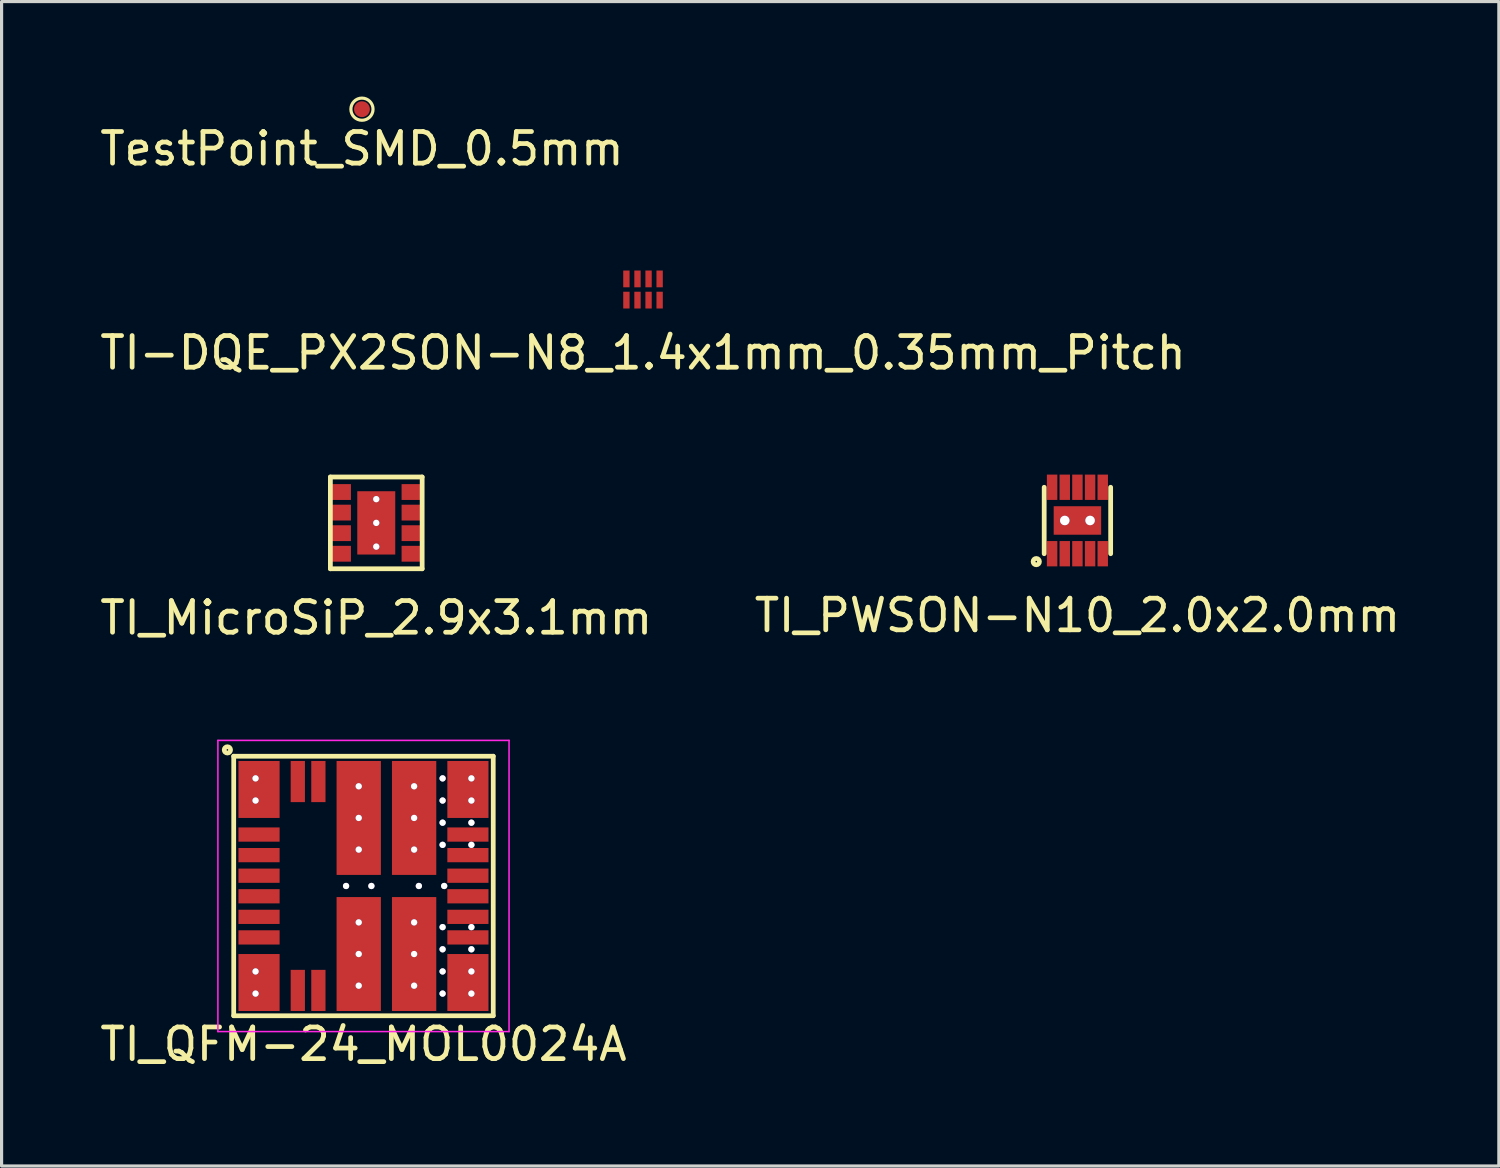
<source format=kicad_pcb>
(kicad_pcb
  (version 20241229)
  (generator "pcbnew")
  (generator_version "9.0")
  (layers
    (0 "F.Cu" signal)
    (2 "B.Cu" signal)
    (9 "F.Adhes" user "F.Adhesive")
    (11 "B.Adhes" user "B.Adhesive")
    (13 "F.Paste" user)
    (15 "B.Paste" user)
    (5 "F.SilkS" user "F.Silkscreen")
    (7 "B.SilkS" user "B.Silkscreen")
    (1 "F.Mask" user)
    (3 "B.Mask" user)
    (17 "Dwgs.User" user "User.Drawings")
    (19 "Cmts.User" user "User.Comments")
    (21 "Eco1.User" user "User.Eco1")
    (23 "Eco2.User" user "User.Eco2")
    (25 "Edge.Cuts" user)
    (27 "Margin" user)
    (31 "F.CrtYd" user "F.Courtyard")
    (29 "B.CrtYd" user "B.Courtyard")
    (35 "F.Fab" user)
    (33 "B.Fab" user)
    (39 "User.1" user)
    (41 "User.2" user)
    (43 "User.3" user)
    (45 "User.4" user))
  (footprint "TI_MicroSiP_2.9x3.1mm"
    (layer "F.Cu")
    (at 8.839 13.472)
    (property "Reference" "TI_MicroSiP_2.9x3.1mm" (at 0 3 0) (layer "F.SilkS") (effects (font (size 1 1) (thickness 0.15))))
    (attr through_hole)
    (fp_line (start -1.45 -1.45) (end -1.45 1.45) (stroke (width 0.15) (type solid)) (layer "F.SilkS"))
    (fp_line (start -1.45 1.45) (end 1.45 1.45) (stroke (width 0.15) (type solid)) (layer "F.SilkS"))
    (fp_line (start 1.45 -1.45) (end -1.45 -1.45) (stroke (width 0.15) (type solid)) (layer "F.SilkS"))
    (fp_line (start 1.45 1.45) (end 1.45 -1.45) (stroke (width 0.15) (type solid)) (layer "F.SilkS"))
    (pad "1" smd rect (at -1.1 -0.975) (size 0.6 0.5) (layers "F.Cu" "F.Mask" "F.Paste"))
    (pad "2" smd rect (at -1.1 -0.325) (size 0.6 0.5) (layers "F.Cu" "F.Mask" "F.Paste"))
    (pad "3" smd rect (at -1.1 0.325) (size 0.6 0.5) (layers "F.Cu" "F.Mask" "F.Paste"))
    (pad "4" smd rect (at -1.1 0.975) (size 0.6 0.5) (layers "F.Cu" "F.Mask" "F.Paste"))
    (pad "5" smd rect (at 1.1 0.975) (size 0.6 0.5) (layers "F.Cu" "F.Mask" "F.Paste"))
    (pad "6" smd rect (at 1.1 0.325) (size 0.6 0.5) (layers "F.Cu" "F.Mask" "F.Paste"))
    (pad "7" smd rect (at 1.1 -0.325) (size 0.6 0.5) (layers "F.Cu" "F.Mask" "F.Paste"))
    (pad "8" smd rect (at 1.1 -0.975) (size 0.6 0.5) (layers "F.Cu" "F.Mask" "F.Paste"))
    (pad "PAD" thru_hole circle (at 0 -0.75) (size 0.2 0.2) (drill 0.2) (layers "*.Cu" "*.Mask"))
    (pad "PAD" thru_hole circle (at 0 0) (size 0.2 0.2) (drill 0.2) (layers "*.Cu" "*.Mask"))
    (pad "PAD" smd rect (at 0 0) (size 1.2 2) (layers "F.Cu" "F.Mask" "F.Paste"))
    (pad "PAD" thru_hole circle (at 0 0.75) (size 0.2 0.2) (drill 0.2) (layers "*.Cu" "*.Mask")))
  (footprint "TI-DQE_PX2SON-N8_1.4x1mm_0.35mm_Pitch"
    (layer "F.Cu")
    (at 17.268 6.098)
    (property "Reference" "TI-DQE_PX2SON-N8_1.4x1mm_0.35mm_Pitch" (at 0 2 0) (layer "F.SilkS") (effects (font (size 1 1) (thickness 0.15))))
    (attr through_hole)
    (pad "1" smd rect (at -0.525 0.335) (size 0.2 0.53) (layers "F.Cu" "F.Mask" "F.Paste"))
    (pad "2" smd rect (at -0.175 0.335) (size 0.2 0.53) (layers "F.Cu" "F.Mask" "F.Paste"))
    (pad "3" smd rect (at 0.175 0.335) (size 0.2 0.53) (layers "F.Cu" "F.Mask" "F.Paste"))
    (pad "4" smd rect (at 0.525 0.335) (size 0.2 0.53) (layers "F.Cu" "F.Mask" "F.Paste"))
    (pad "5" smd rect (at 0.525 -0.335) (size 0.2 0.53) (layers "F.Cu" "F.Mask" "F.Paste"))
    (pad "6" smd rect (at 0.175 -0.335) (size 0.2 0.53) (layers "F.Cu" "F.Mask" "F.Paste"))
    (pad "7" smd rect (at -0.175 -0.335) (size 0.2 0.53) (layers "F.Cu" "F.Mask" "F.Paste"))
    (pad "8" smd rect (at -0.525 -0.335) (size 0.2 0.53) (layers "F.Cu" "F.Mask" "F.Paste")))
  (footprint "TI_QFM-24_MOL0024A"
    (layer "F.Cu")
    (at 8.435 24.945)
    (property "Reference" "TI_QFM-24_MOL0024A" (at 0 5 0) (layer "F.SilkS") (effects (font (size 1 1) (thickness 0.15))))
    (attr through_hole)
    (fp_line (start -4.1 -4.1) (end -4.1 4.1) (stroke (width 0.15) (type solid)) (layer "F.SilkS"))
    (fp_line (start -4.1 4.1) (end 4.1 4.1) (stroke (width 0.15) (type solid)) (layer "F.SilkS"))
    (fp_line (start 4.1 -4.1) (end -4.1 -4.1) (stroke (width 0.15) (type solid)) (layer "F.SilkS"))
    (fp_line (start 4.1 4.1) (end 4.1 -4.1) (stroke (width 0.15) (type solid)) (layer "F.SilkS"))
    (fp_circle (center -4.3 -4.3) (end -4.2 -4.3) (stroke (width 0.15) (type solid)) (fill no) (layer "F.SilkS"))
    (fp_line (start -4.6 -4.6) (end -4.6 4.6) (stroke (width 0.05) (type solid)) (layer "F.CrtYd"))
    (fp_line (start -4.6 4.6) (end 4.6 4.6) (stroke (width 0.05) (type solid)) (layer "F.CrtYd"))
    (fp_line (start 4.6 -4.6) (end -4.6 -4.6) (stroke (width 0.05) (type solid)) (layer "F.CrtYd"))
    (fp_line (start 4.6 4.6) (end 4.6 -4.6) (stroke (width 0.05) (type solid)) (layer "F.CrtYd"))
    (pad "1" thru_hole circle (at -3.41 -3.4) (size 0.2 0.2) (drill 0.2) (layers "*.Cu" "*.Mask"))
    (pad "1" thru_hole circle (at -3.41 -2.7) (size 0.2 0.2) (drill 0.2) (layers "*.Cu" "*.Mask"))
    (pad "1" smd rect (at -3.3 -3.05) (size 1.3 1.8) (layers "F.Cu" "F.Mask" "F.Paste"))
    (pad "2" smd rect (at -3.3 -1.625) (size 1.3 0.45) (layers "F.Cu" "F.Mask" "F.Paste"))
    (pad "3" smd rect (at -3.3 -0.975) (size 1.3 0.45) (layers "F.Cu" "F.Mask" "F.Paste"))
    (pad "4" smd rect (at -3.3 -0.325) (size 1.3 0.45) (layers "F.Cu" "F.Mask" "F.Paste"))
    (pad "5" smd rect (at -3.3 0.325) (size 1.3 0.45) (layers "F.Cu" "F.Mask" "F.Paste"))
    (pad "6" smd rect (at -3.3 0.975) (size 1.3 0.45) (layers "F.Cu" "F.Mask" "F.Paste"))
    (pad "7" smd rect (at -3.3 1.625) (size 1.3 0.45) (layers "F.Cu" "F.Mask" "F.Paste"))
    (pad "8" thru_hole circle (at -3.41 2.7) (size 0.2 0.2) (drill 0.2) (layers "*.Cu" "*.Mask"))
    (pad "8" thru_hole circle (at -3.41 3.4) (size 0.2 0.2) (drill 0.2) (layers "*.Cu" "*.Mask"))
    (pad "8" smd rect (at -3.3 3.05) (size 1.3 1.8) (layers "F.Cu" "F.Mask" "F.Paste"))
    (pad "9" smd rect (at -2.075 3.3) (size 0.45 1.3) (layers "F.Cu" "F.Mask" "F.Paste"))
    (pad "10" smd rect (at -1.425 3.3) (size 0.45 1.3) (layers "F.Cu" "F.Mask" "F.Paste"))
    (pad "11" thru_hole circle (at -0.55 0) (size 0.2 0.2) (drill 0.2) (layers "*.Cu" "*.Mask"))
    (pad "11" thru_hole circle (at -0.15 1.15) (size 0.2 0.2) (drill 0.2) (layers "*.Cu" "*.Mask"))
    (pad "11" thru_hole circle (at -0.15 2.15) (size 0.2 0.2) (drill 0.2) (layers "*.Cu" "*.Mask"))
    (pad "11" smd rect (at -0.15 2.15) (size 1.4 3.6) (layers "F.Cu" "F.Mask" "F.Paste"))
    (pad "11" thru_hole circle (at -0.15 3.15) (size 0.2 0.2) (drill 0.2) (layers "*.Cu" "*.Mask"))
    (pad "11" thru_hole circle (at 0.25 0) (size 0.2 0.2) (drill 0.2) (layers "*.Cu" "*.Mask"))
    (pad "12" thru_hole circle (at 1.6 1.15) (size 0.2 0.2) (drill 0.2) (layers "*.Cu" "*.Mask"))
    (pad "12" thru_hole circle (at 1.6 2.15) (size 0.2 0.2) (drill 0.2) (layers "*.Cu" "*.Mask"))
    (pad "12" smd rect (at 1.6 2.15) (size 1.4 3.6) (layers "F.Cu" "F.Mask" "F.Paste"))
    (pad "12" thru_hole circle (at 1.6 3.15) (size 0.2 0.2) (drill 0.2) (layers "*.Cu" "*.Mask"))
    (pad "13" thru_hole circle (at 2.5 1.3) (size 0.2 0.2) (drill 0.2) (layers "*.Cu" "*.Mask"))
    (pad "13" thru_hole circle (at 2.5 2) (size 0.2 0.2) (drill 0.2) (layers "*.Cu" "*.Mask"))
    (pad "13" thru_hole circle (at 2.5 2.7) (size 0.2 0.2) (drill 0.2) (layers "*.Cu" "*.Mask"))
    (pad "13" thru_hole circle (at 2.5 3.4) (size 0.2 0.2) (drill 0.2) (layers "*.Cu" "*.Mask"))
    (pad "13" smd rect (at 3.3 3.05) (size 1.3 1.8) (layers "F.Cu" "F.Mask" "F.Paste"))
    (pad "13" thru_hole circle (at 3.41 1.3) (size 0.2 0.2) (drill 0.2) (layers "*.Cu" "*.Mask"))
    (pad "13" thru_hole circle (at 3.41 2) (size 0.2 0.2) (drill 0.2) (layers "*.Cu" "*.Mask"))
    (pad "13" thru_hole circle (at 3.41 2.7) (size 0.2 0.2) (drill 0.2) (layers "*.Cu" "*.Mask"))
    (pad "13" thru_hole circle (at 3.41 3.4) (size 0.2 0.2) (drill 0.2) (layers "*.Cu" "*.Mask"))
    (pad "14" smd rect (at 3.3 1.625) (size 1.3 0.45) (layers "F.Cu" "F.Mask" "F.Paste"))
    (pad "15" smd rect (at 3.3 0.975) (size 1.3 0.45) (layers "F.Cu" "F.Mask" "F.Paste"))
    (pad "16" smd rect (at 3.3 0.325) (size 1.3 0.45) (layers "F.Cu" "F.Mask" "F.Paste"))
    (pad "17" smd rect (at 3.3 -0.325) (size 1.3 0.45) (layers "F.Cu" "F.Mask" "F.Paste"))
    (pad "18" smd rect (at 3.3 -0.975) (size 1.3 0.45) (layers "F.Cu" "F.Mask" "F.Paste"))
    (pad "19" smd rect (at 3.3 -1.625) (size 1.3 0.45) (layers "F.Cu" "F.Mask" "F.Paste"))
    (pad "20" thru_hole circle (at 2.5 -3.4) (size 0.2 0.2) (drill 0.2) (layers "*.Cu" "*.Mask"))
    (pad "20" thru_hole circle (at 2.5 -2.7) (size 0.2 0.2) (drill 0.2) (layers "*.Cu" "*.Mask"))
    (pad "20" thru_hole circle (at 2.5 -2) (size 0.2 0.2) (drill 0.2) (layers "*.Cu" "*.Mask"))
    (pad "20" thru_hole circle (at 2.5 -1.3) (size 0.2 0.2) (drill 0.2) (layers "*.Cu" "*.Mask"))
    (pad "20" smd rect (at 3.3 -3.05) (size 1.3 1.8) (layers "F.Cu" "F.Mask" "F.Paste"))
    (pad "20" thru_hole circle (at 3.41 -3.4) (size 0.2 0.2) (drill 0.2) (layers "*.Cu" "*.Mask"))
    (pad "20" thru_hole circle (at 3.41 -2.7) (size 0.2 0.2) (drill 0.2) (layers "*.Cu" "*.Mask"))
    (pad "20" thru_hole circle (at 3.41 -2) (size 0.2 0.2) (drill 0.2) (layers "*.Cu" "*.Mask"))
    (pad "20" thru_hole circle (at 3.41 -1.3) (size 0.2 0.2) (drill 0.2) (layers "*.Cu" "*.Mask"))
    (pad "21" thru_hole circle (at 1.6 -3.15) (size 0.2 0.2) (drill 0.2) (layers "*.Cu" "*.Mask"))
    (pad "21" thru_hole circle (at 1.6 -2.15) (size 0.2 0.2) (drill 0.2) (layers "*.Cu" "*.Mask"))
    (pad "21" smd rect (at 1.6 -2.15) (size 1.4 3.6) (layers "F.Cu" "F.Mask" "F.Paste"))
    (pad "21" thru_hole circle (at 1.6 -1.15) (size 0.2 0.2) (drill 0.2) (layers "*.Cu" "*.Mask"))
    (pad "21" thru_hole circle (at 1.75 0) (size 0.2 0.2) (drill 0.2) (layers "*.Cu" "*.Mask"))
    (pad "21" thru_hole circle (at 2.55 0) (size 0.2 0.2) (drill 0.2) (layers "*.Cu" "*.Mask"))
    (pad "22" thru_hole circle (at -0.15 -3.15) (size 0.2 0.2) (drill 0.2) (layers "*.Cu" "*.Mask"))
    (pad "22" thru_hole circle (at -0.15 -2.15) (size 0.2 0.2) (drill 0.2) (layers "*.Cu" "*.Mask"))
    (pad "22" smd rect (at -0.15 -2.15) (size 1.4 3.6) (layers "F.Cu" "F.Mask" "F.Paste"))
    (pad "22" thru_hole circle (at -0.15 -1.15) (size 0.2 0.2) (drill 0.2) (layers "*.Cu" "*.Mask"))
    (pad "23" smd rect (at -1.425 -3.3) (size 0.45 1.3) (layers "F.Cu" "F.Mask" "F.Paste"))
    (pad "24" smd rect (at -2.075 -3.3) (size 0.45 1.3) (layers "F.Cu" "F.Mask" "F.Paste")))
  (footprint "TI_PWSON-N10_2.0x2.0mm"
    (layer "F.Cu")
    (at 30.994 13.396)
    (property "Reference" "TI_PWSON-N10_2.0x2.0mm" (at 0 3 0) (layer "F.SilkS") (effects (font (size 1 1) (thickness 0.15))))
    (attr through_hole)
    (fp_line (start -1.05 -1.05) (end -1.05 1.05) (stroke (width 0.15) (type solid)) (layer "F.SilkS"))
    (fp_line (start 1.05 -1.05) (end 1.05 1.05) (stroke (width 0.15) (type solid)) (layer "F.SilkS"))
    (fp_circle (center -1.3 1.3) (end -1.2 1.3) (stroke (width 0.15) (type solid)) (fill no) (layer "F.SilkS"))
    (pad "1" smd rect (at -0.8 1.05) (size 0.33 0.8) (layers "F.Cu" "F.Mask" "F.Paste"))
    (pad "2" smd rect (at -0.4 1.05) (size 0.33 0.8) (layers "F.Cu" "F.Mask" "F.Paste"))
    (pad "3" smd rect (at 0 1.05) (size 0.33 0.8) (layers "F.Cu" "F.Mask" "F.Paste"))
    (pad "4" smd rect (at 0.4 1.05) (size 0.33 0.8) (layers "F.Cu" "F.Mask" "F.Paste"))
    (pad "5" smd rect (at 0.8 1.05) (size 0.33 0.8) (layers "F.Cu" "F.Mask" "F.Paste"))
    (pad "6" smd rect (at 0.8 -1.05) (size 0.33 0.8) (layers "F.Cu" "F.Mask" "F.Paste"))
    (pad "7" smd rect (at 0.4 -1.05) (size 0.33 0.8) (layers "F.Cu" "F.Mask" "F.Paste"))
    (pad "8" smd rect (at 0 -1.05) (size 0.33 0.8) (layers "F.Cu" "F.Mask" "F.Paste"))
    (pad "9" smd rect (at -0.4 -1.05) (size 0.33 0.8) (layers "F.Cu" "F.Mask" "F.Paste"))
    (pad "10" smd rect (at -0.8 -1.05) (size 0.33 0.8) (layers "F.Cu" "F.Mask" "F.Paste"))
    (pad "PAD" thru_hole circle (at -0.4 0) (size 0.3 0.3) (drill 0.3) (layers "*.Cu" "*.Mask"))
    (pad "PAD" smd rect (at 0 0) (size 1.5 0.9) (layers "F.Cu" "F.Mask" "F.Paste"))
    (pad "PAD" thru_hole circle (at 0.4 0) (size 0.3 0.3) (drill 0.3) (layers "*.Cu" "*.Mask")))
  (footprint "TestPoint_SMD_0.5mm"
    (layer "F.Cu")
    (at 8.387 0.4)
    (property "Reference" "TestPoint_SMD_0.5mm" (at 0 1.25 0) (layer "F.SilkS") (effects (font (size 1 1) (thickness 0.15))))
    (attr through_hole)
    (fp_circle (center 0 0) (end 0.35 0) (stroke (width 0.1) (type solid)) (fill no) (layer "F.SilkS"))
    (pad "1" smd circle (at 0 0) (size 0.5 0.5) (layers "F.Cu" "F.Mask" "F.Paste")))
  (gr_rect
    (start -3 -3)
    (end 44.31 33.793)
    (stroke (width 0.1) (type default))
    (fill no)
    (layer "Edge.Cuts")))
</source>
